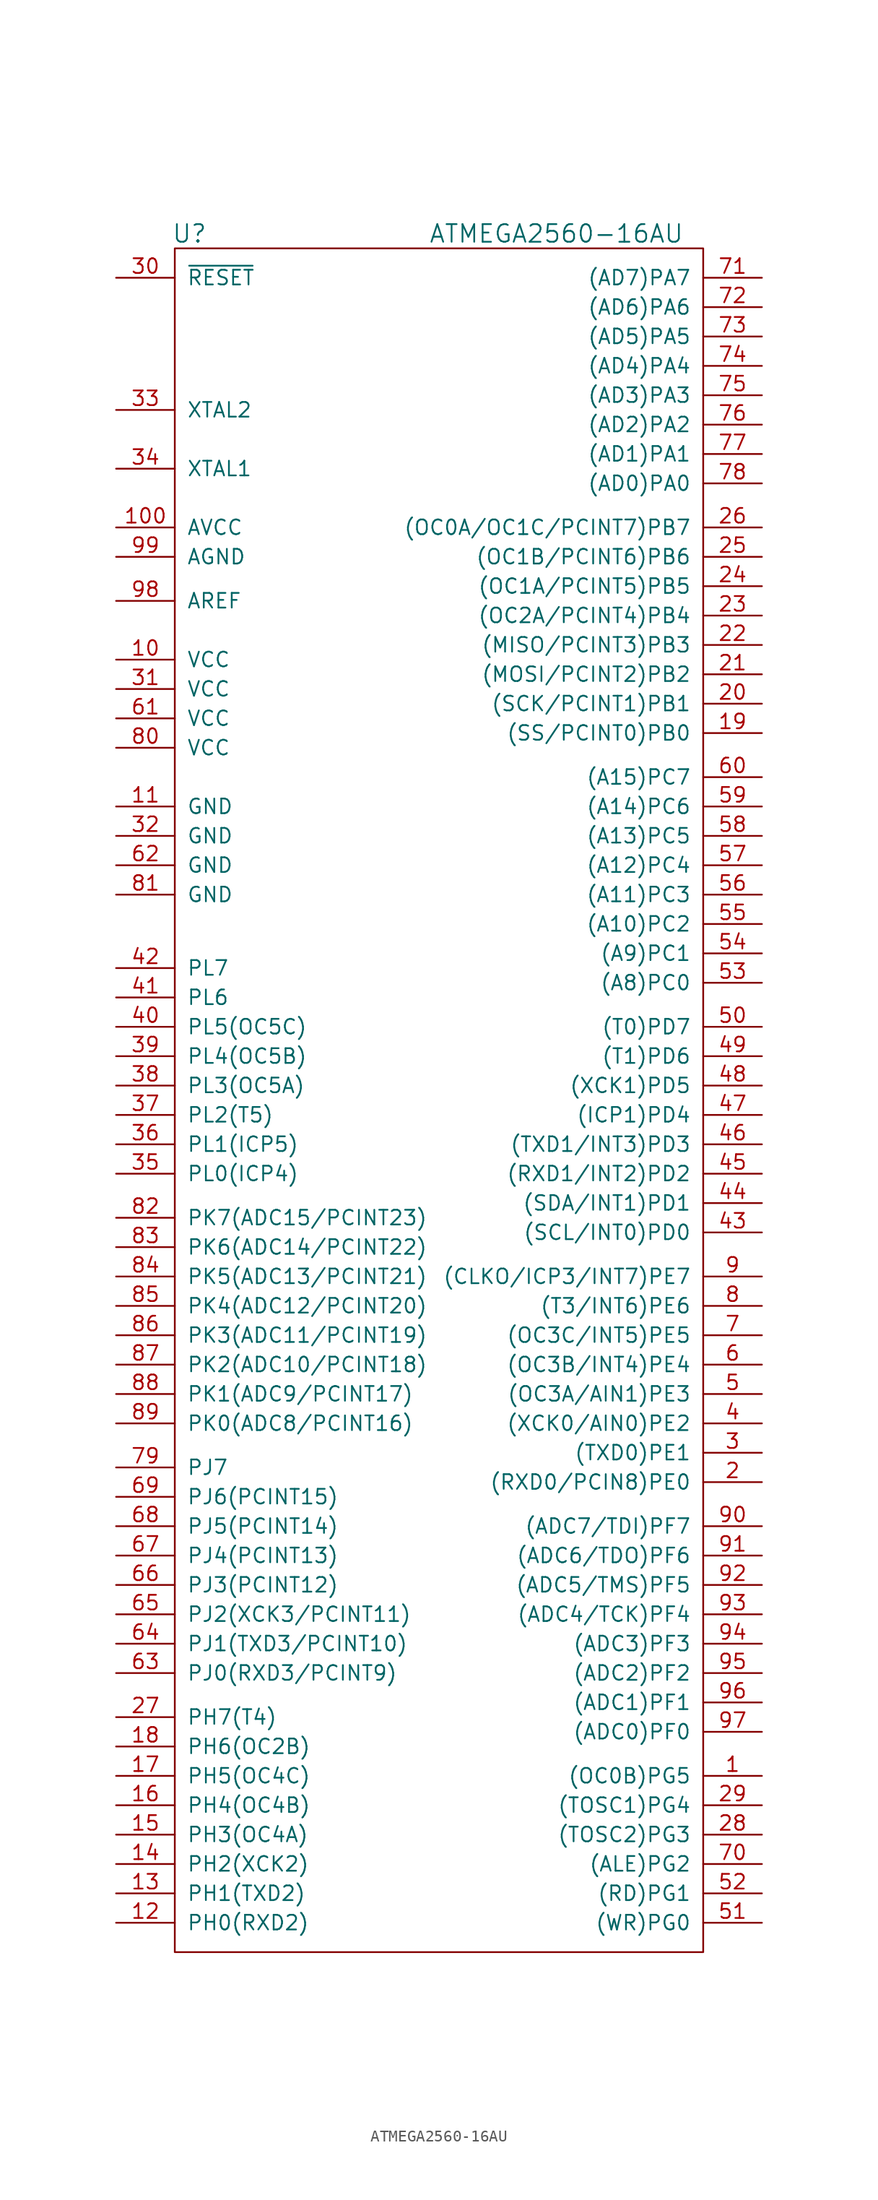
<source format=kicad_sym>
(kicad_symbol_lib
  (version 20220914)
  (generator kicad_symbol_editor)
  (symbol "ATMEGA2560-16AU"
    (pin_names
      (offset 1.016))
    (property "Reference" "U"
      (at -21.59 74.93 0)
      (effects (font (size 1.524 1.524))))
    (property "Value" "ATMEGA2560-16AU"
      (at 10.16 74.93 0)
      (effects (font (size 1.524 1.524))))
    (symbol "ATMEGA2560-16AU_0_1"
      (rectangle (start 22.86 73.66) (end -22.86 -73.66) (stroke (width 0) (type default)) (fill (type none))))
    (symbol "ATMEGA2560-16AU_1_1"
      (pin bidirectional line (at 27.94 -58.42 180) (length 5.08) (name "(OC0B)PG5" (effects (font (size 1.27 1.27)))) (number "1" (effects (font (size 1.27 1.27)))))
      (pin bidirectional line (at -27.94 38.1 0) (length 5.08) (name "VCC" (effects (font (size 1.27 1.27)))) (number "10" (effects (font (size 1.27 1.27)))))
      (pin bidirectional line (at -27.94 49.53 0) (length 5.08) (name "AVCC" (effects (font (size 1.27 1.27)))) (number "100" (effects (font (size 1.27 1.27)))))
      (pin bidirectional line (at -27.94 25.4 0) (length 5.08) (name "GND" (effects (font (size 1.27 1.27)))) (number "11" (effects (font (size 1.27 1.27)))))
      (pin bidirectional line (at -27.94 -71.12 0) (length 5.08) (name "PH0(RXD2)" (effects (font (size 1.27 1.27)))) (number "12" (effects (font (size 1.27 1.27)))))
      (pin bidirectional line (at -27.94 -68.58 0) (length 5.08) (name "PH1(TXD2)" (effects (font (size 1.27 1.27)))) (number "13" (effects (font (size 1.27 1.27)))))
      (pin bidirectional line (at -27.94 -66.04 0) (length 5.08) (name "PH2(XCK2)" (effects (font (size 1.27 1.27)))) (number "14" (effects (font (size 1.27 1.27)))))
      (pin bidirectional line (at -27.94 -63.5 0) (length 5.08) (name "PH3(OC4A)" (effects (font (size 1.27 1.27)))) (number "15" (effects (font (size 1.27 1.27)))))
      (pin bidirectional line (at -27.94 -60.96 0) (length 5.08) (name "PH4(OC4B)" (effects (font (size 1.27 1.27)))) (number "16" (effects (font (size 1.27 1.27)))))
      (pin bidirectional line (at -27.94 -58.42 0) (length 5.08) (name "PH5(OC4C)" (effects (font (size 1.27 1.27)))) (number "17" (effects (font (size 1.27 1.27)))))
      (pin bidirectional line (at -27.94 -55.88 0) (length 5.08) (name "PH6(OC2B)" (effects (font (size 1.27 1.27)))) (number "18" (effects (font (size 1.27 1.27)))))
      (pin bidirectional line (at 27.94 31.75 180) (length 5.08) (name "(SS/PCINT0)PB0" (effects (font (size 1.27 1.27)))) (number "19" (effects (font (size 1.27 1.27)))))
      (pin bidirectional line (at 27.94 -33.02 180) (length 5.08) (name "(RXD0/PCIN8)PE0" (effects (font (size 1.27 1.27)))) (number "2" (effects (font (size 1.27 1.27)))))
      (pin bidirectional line (at 27.94 34.29 180) (length 5.08) (name "(SCK/PCINT1)PB1" (effects (font (size 1.27 1.27)))) (number "20" (effects (font (size 1.27 1.27)))))
      (pin bidirectional line (at 27.94 36.83 180) (length 5.08) (name "(MOSI/PCINT2)PB2" (effects (font (size 1.27 1.27)))) (number "21" (effects (font (size 1.27 1.27)))))
      (pin bidirectional line (at 27.94 39.37 180) (length 5.08) (name "(MISO/PCINT3)PB3" (effects (font (size 1.27 1.27)))) (number "22" (effects (font (size 1.27 1.27)))))
      (pin bidirectional line (at 27.94 41.91 180) (length 5.08) (name "(OC2A/PCINT4)PB4" (effects (font (size 1.27 1.27)))) (number "23" (effects (font (size 1.27 1.27)))))
      (pin bidirectional line (at 27.94 44.45 180) (length 5.08) (name "(OC1A/PCINT5)PB5" (effects (font (size 1.27 1.27)))) (number "24" (effects (font (size 1.27 1.27)))))
      (pin bidirectional line (at 27.94 46.99 180) (length 5.08) (name "(OC1B/PCINT6)PB6" (effects (font (size 1.27 1.27)))) (number "25" (effects (font (size 1.27 1.27)))))
      (pin bidirectional line (at 27.94 49.53 180) (length 5.08) (name "(OC0A/OC1C/PCINT7)PB7" (effects (font (size 1.27 1.27)))) (number "26" (effects (font (size 1.27 1.27)))))
      (pin bidirectional line (at -27.94 -53.34 0) (length 5.08) (name "PH7(T4)" (effects (font (size 1.27 1.27)))) (number "27" (effects (font (size 1.27 1.27)))))
      (pin bidirectional line (at 27.94 -63.5 180) (length 5.08) (name "(TOSC2)PG3" (effects (font (size 1.27 1.27)))) (number "28" (effects (font (size 1.27 1.27)))))
      (pin bidirectional line (at 27.94 -60.96 180) (length 5.08) (name "(TOSC1)PG4" (effects (font (size 1.27 1.27)))) (number "29" (effects (font (size 1.27 1.27)))))
      (pin bidirectional line (at 27.94 -30.48 180) (length 5.08) (name "(TXD0)PE1" (effects (font (size 1.27 1.27)))) (number "3" (effects (font (size 1.27 1.27)))))
      (pin bidirectional line (at -27.94 71.12 0) (length 5.08) (name "~{RESET}" (effects (font (size 1.27 1.27)))) (number "30" (effects (font (size 1.27 1.27)))))
      (pin bidirectional line (at -27.94 35.56 0) (length 5.08) (name "VCC" (effects (font (size 1.27 1.27)))) (number "31" (effects (font (size 1.27 1.27)))))
      (pin bidirectional line (at -27.94 22.86 0) (length 5.08) (name "GND" (effects (font (size 1.27 1.27)))) (number "32" (effects (font (size 1.27 1.27)))))
      (pin bidirectional line (at -27.94 59.69 0) (length 5.08) (name "XTAL2" (effects (font (size 1.27 1.27)))) (number "33" (effects (font (size 1.27 1.27)))))
      (pin bidirectional line (at -27.94 54.61 0) (length 5.08) (name "XTAL1" (effects (font (size 1.27 1.27)))) (number "34" (effects (font (size 1.27 1.27)))))
      (pin bidirectional line (at -27.94 -6.35 0) (length 5.08) (name "PL0(ICP4)" (effects (font (size 1.27 1.27)))) (number "35" (effects (font (size 1.27 1.27)))))
      (pin bidirectional line (at -27.94 -3.81 0) (length 5.08) (name "PL1(ICP5)" (effects (font (size 1.27 1.27)))) (number "36" (effects (font (size 1.27 1.27)))))
      (pin bidirectional line (at -27.94 -1.27 0) (length 5.08) (name "PL2(T5)" (effects (font (size 1.27 1.27)))) (number "37" (effects (font (size 1.27 1.27)))))
      (pin bidirectional line (at -27.94 1.27 0) (length 5.08) (name "PL3(OC5A)" (effects (font (size 1.27 1.27)))) (number "38" (effects (font (size 1.27 1.27)))))
      (pin bidirectional line (at -27.94 3.81 0) (length 5.08) (name "PL4(OC5B)" (effects (font (size 1.27 1.27)))) (number "39" (effects (font (size 1.27 1.27)))))
      (pin bidirectional line (at 27.94 -27.94 180) (length 5.08) (name "(XCK0/AIN0)PE2" (effects (font (size 1.27 1.27)))) (number "4" (effects (font (size 1.27 1.27)))))
      (pin bidirectional line (at -27.94 6.35 0) (length 5.08) (name "PL5(OC5C)" (effects (font (size 1.27 1.27)))) (number "40" (effects (font (size 1.27 1.27)))))
      (pin bidirectional line (at -27.94 8.89 0) (length 5.08) (name "PL6" (effects (font (size 1.27 1.27)))) (number "41" (effects (font (size 1.27 1.27)))))
      (pin bidirectional line (at -27.94 11.43 0) (length 5.08) (name "PL7" (effects (font (size 1.27 1.27)))) (number "42" (effects (font (size 1.27 1.27)))))
      (pin bidirectional line (at 27.94 -11.43 180) (length 5.08) (name "(SCL/INT0)PD0" (effects (font (size 1.27 1.27)))) (number "43" (effects (font (size 1.27 1.27)))))
      (pin bidirectional line (at 27.94 -8.89 180) (length 5.08) (name "(SDA/INT1)PD1" (effects (font (size 1.27 1.27)))) (number "44" (effects (font (size 1.27 1.27)))))
      (pin bidirectional line (at 27.94 -6.35 180) (length 5.08) (name "(RXD1/INT2)PD2" (effects (font (size 1.27 1.27)))) (number "45" (effects (font (size 1.27 1.27)))))
      (pin bidirectional line (at 27.94 -3.81 180) (length 5.08) (name "(TXD1/INT3)PD3" (effects (font (size 1.27 1.27)))) (number "46" (effects (font (size 1.27 1.27)))))
      (pin bidirectional line (at 27.94 -1.27 180) (length 5.08) (name "(ICP1)PD4" (effects (font (size 1.27 1.27)))) (number "47" (effects (font (size 1.27 1.27)))))
      (pin bidirectional line (at 27.94 1.27 180) (length 5.08) (name "(XCK1)PD5" (effects (font (size 1.27 1.27)))) (number "48" (effects (font (size 1.27 1.27)))))
      (pin bidirectional line (at 27.94 3.81 180) (length 5.08) (name "(T1)PD6" (effects (font (size 1.27 1.27)))) (number "49" (effects (font (size 1.27 1.27)))))
      (pin bidirectional line (at 27.94 -25.4 180) (length 5.08) (name "(OC3A/AIN1)PE3" (effects (font (size 1.27 1.27)))) (number "5" (effects (font (size 1.27 1.27)))))
      (pin bidirectional line (at 27.94 6.35 180) (length 5.08) (name "(T0)PD7" (effects (font (size 1.27 1.27)))) (number "50" (effects (font (size 1.27 1.27)))))
      (pin bidirectional line (at 27.94 -71.12 180) (length 5.08) (name "(WR)PG0" (effects (font (size 1.27 1.27)))) (number "51" (effects (font (size 1.27 1.27)))))
      (pin bidirectional line (at 27.94 -68.58 180) (length 5.08) (name "(RD)PG1" (effects (font (size 1.27 1.27)))) (number "52" (effects (font (size 1.27 1.27)))))
      (pin bidirectional line (at 27.94 10.16 180) (length 5.08) (name "(A8)PC0" (effects (font (size 1.27 1.27)))) (number "53" (effects (font (size 1.27 1.27)))))
      (pin bidirectional line (at 27.94 12.7 180) (length 5.08) (name "(A9)PC1" (effects (font (size 1.27 1.27)))) (number "54" (effects (font (size 1.27 1.27)))))
      (pin bidirectional line (at 27.94 15.24 180) (length 5.08) (name "(A10)PC2" (effects (font (size 1.27 1.27)))) (number "55" (effects (font (size 1.27 1.27)))))
      (pin bidirectional line (at 27.94 17.78 180) (length 5.08) (name "(A11)PC3" (effects (font (size 1.27 1.27)))) (number "56" (effects (font (size 1.27 1.27)))))
      (pin bidirectional line (at 27.94 20.32 180) (length 5.08) (name "(A12)PC4" (effects (font (size 1.27 1.27)))) (number "57" (effects (font (size 1.27 1.27)))))
      (pin bidirectional line (at 27.94 22.86 180) (length 5.08) (name "(A13)PC5" (effects (font (size 1.27 1.27)))) (number "58" (effects (font (size 1.27 1.27)))))
      (pin bidirectional line (at 27.94 25.4 180) (length 5.08) (name "(A14)PC6" (effects (font (size 1.27 1.27)))) (number "59" (effects (font (size 1.27 1.27)))))
      (pin bidirectional line (at 27.94 -22.86 180) (length 5.08) (name "(OC3B/INT4)PE4" (effects (font (size 1.27 1.27)))) (number "6" (effects (font (size 1.27 1.27)))))
      (pin bidirectional line (at 27.94 27.94 180) (length 5.08) (name "(A15)PC7" (effects (font (size 1.27 1.27)))) (number "60" (effects (font (size 1.27 1.27)))))
      (pin bidirectional line (at -27.94 33.02 0) (length 5.08) (name "VCC" (effects (font (size 1.27 1.27)))) (number "61" (effects (font (size 1.27 1.27)))))
      (pin bidirectional line (at -27.94 20.32 0) (length 5.08) (name "GND" (effects (font (size 1.27 1.27)))) (number "62" (effects (font (size 1.27 1.27)))))
      (pin bidirectional line (at -27.94 -49.53 0) (length 5.08) (name "PJ0(RXD3/PCINT9)" (effects (font (size 1.27 1.27)))) (number "63" (effects (font (size 1.27 1.27)))))
      (pin bidirectional line (at -27.94 -46.99 0) (length 5.08) (name "PJ1(TXD3/PCINT10)" (effects (font (size 1.27 1.27)))) (number "64" (effects (font (size 1.27 1.27)))))
      (pin bidirectional line (at -27.94 -44.45 0) (length 5.08) (name "PJ2(XCK3/PCINT11)" (effects (font (size 1.27 1.27)))) (number "65" (effects (font (size 1.27 1.27)))))
      (pin bidirectional line (at -27.94 -41.91 0) (length 5.08) (name "PJ3(PCINT12)" (effects (font (size 1.27 1.27)))) (number "66" (effects (font (size 1.27 1.27)))))
      (pin bidirectional line (at -27.94 -39.37 0) (length 5.08) (name "PJ4(PCINT13)" (effects (font (size 1.27 1.27)))) (number "67" (effects (font (size 1.27 1.27)))))
      (pin bidirectional line (at -27.94 -36.83 0) (length 5.08) (name "PJ5(PCINT14)" (effects (font (size 1.27 1.27)))) (number "68" (effects (font (size 1.27 1.27)))))
      (pin bidirectional line (at -27.94 -34.29 0) (length 5.08) (name "PJ6(PCINT15)" (effects (font (size 1.27 1.27)))) (number "69" (effects (font (size 1.27 1.27)))))
      (pin bidirectional line (at 27.94 -20.32 180) (length 5.08) (name "(OC3C/INT5)PE5" (effects (font (size 1.27 1.27)))) (number "7" (effects (font (size 1.27 1.27)))))
      (pin bidirectional line (at 27.94 -66.04 180) (length 5.08) (name "(ALE)PG2" (effects (font (size 1.27 1.27)))) (number "70" (effects (font (size 1.27 1.27)))))
      (pin bidirectional line (at 27.94 71.12 180) (length 5.08) (name "(AD7)PA7" (effects (font (size 1.27 1.27)))) (number "71" (effects (font (size 1.27 1.27)))))
      (pin bidirectional line (at 27.94 68.58 180) (length 5.08) (name "(AD6)PA6" (effects (font (size 1.27 1.27)))) (number "72" (effects (font (size 1.27 1.27)))))
      (pin bidirectional line (at 27.94 66.04 180) (length 5.08) (name "(AD5)PA5" (effects (font (size 1.27 1.27)))) (number "73" (effects (font (size 1.27 1.27)))))
      (pin bidirectional line (at 27.94 63.5 180) (length 5.08) (name "(AD4)PA4" (effects (font (size 1.27 1.27)))) (number "74" (effects (font (size 1.27 1.27)))))
      (pin bidirectional line (at 27.94 60.96 180) (length 5.08) (name "(AD3)PA3" (effects (font (size 1.27 1.27)))) (number "75" (effects (font (size 1.27 1.27)))))
      (pin bidirectional line (at 27.94 58.42 180) (length 5.08) (name "(AD2)PA2" (effects (font (size 1.27 1.27)))) (number "76" (effects (font (size 1.27 1.27)))))
      (pin bidirectional line (at 27.94 55.88 180) (length 5.08) (name "(AD1)PA1" (effects (font (size 1.27 1.27)))) (number "77" (effects (font (size 1.27 1.27)))))
      (pin bidirectional line (at 27.94 53.34 180) (length 5.08) (name "(AD0)PA0" (effects (font (size 1.27 1.27)))) (number "78" (effects (font (size 1.27 1.27)))))
      (pin bidirectional line (at -27.94 -31.75 0) (length 5.08) (name "PJ7" (effects (font (size 1.27 1.27)))) (number "79" (effects (font (size 1.27 1.27)))))
      (pin bidirectional line (at 27.94 -17.78 180) (length 5.08) (name "(T3/INT6)PE6" (effects (font (size 1.27 1.27)))) (number "8" (effects (font (size 1.27 1.27)))))
      (pin bidirectional line (at -27.94 30.48 0) (length 5.08) (name "VCC" (effects (font (size 1.27 1.27)))) (number "80" (effects (font (size 1.27 1.27)))))
      (pin bidirectional line (at -27.94 17.78 0) (length 5.08) (name "GND" (effects (font (size 1.27 1.27)))) (number "81" (effects (font (size 1.27 1.27)))))
      (pin bidirectional line (at -27.94 -10.16 0) (length 5.08) (name "PK7(ADC15/PCINT23)" (effects (font (size 1.27 1.27)))) (number "82" (effects (font (size 1.27 1.27)))))
      (pin bidirectional line (at -27.94 -12.7 0) (length 5.08) (name "PK6(ADC14/PCINT22)" (effects (font (size 1.27 1.27)))) (number "83" (effects (font (size 1.27 1.27)))))
      (pin bidirectional line (at -27.94 -15.24 0) (length 5.08) (name "PK5(ADC13/PCINT21)" (effects (font (size 1.27 1.27)))) (number "84" (effects (font (size 1.27 1.27)))))
      (pin bidirectional line (at -27.94 -17.78 0) (length 5.08) (name "PK4(ADC12/PCINT20)" (effects (font (size 1.27 1.27)))) (number "85" (effects (font (size 1.27 1.27)))))
      (pin bidirectional line (at -27.94 -20.32 0) (length 5.08) (name "PK3(ADC11/PCINT19)" (effects (font (size 1.27 1.27)))) (number "86" (effects (font (size 1.27 1.27)))))
      (pin bidirectional line (at -27.94 -22.86 0) (length 5.08) (name "PK2(ADC10/PCINT18)" (effects (font (size 1.27 1.27)))) (number "87" (effects (font (size 1.27 1.27)))))
      (pin bidirectional line (at -27.94 -25.4 0) (length 5.08) (name "PK1(ADC9/PCINT17)" (effects (font (size 1.27 1.27)))) (number "88" (effects (font (size 1.27 1.27)))))
      (pin bidirectional line (at -27.94 -27.94 0) (length 5.08) (name "PK0(ADC8/PCINT16)" (effects (font (size 1.27 1.27)))) (number "89" (effects (font (size 1.27 1.27)))))
      (pin bidirectional line (at 27.94 -15.24 180) (length 5.08) (name "(CLKO/ICP3/INT7)PE7" (effects (font (size 1.27 1.27)))) (number "9" (effects (font (size 1.27 1.27)))))
      (pin bidirectional line (at 27.94 -36.83 180) (length 5.08) (name "(ADC7/TDI)PF7" (effects (font (size 1.27 1.27)))) (number "90" (effects (font (size 1.27 1.27)))))
      (pin bidirectional line (at 27.94 -39.37 180) (length 5.08) (name "(ADC6/TDO)PF6" (effects (font (size 1.27 1.27)))) (number "91" (effects (font (size 1.27 1.27)))))
      (pin bidirectional line (at 27.94 -41.91 180) (length 5.08) (name "(ADC5/TMS)PF5" (effects (font (size 1.27 1.27)))) (number "92" (effects (font (size 1.27 1.27)))))
      (pin bidirectional line (at 27.94 -44.45 180) (length 5.08) (name "(ADC4/TCK)PF4" (effects (font (size 1.27 1.27)))) (number "93" (effects (font (size 1.27 1.27)))))
      (pin bidirectional line (at 27.94 -46.99 180) (length 5.08) (name "(ADC3)PF3" (effects (font (size 1.27 1.27)))) (number "94" (effects (font (size 1.27 1.27)))))
      (pin bidirectional line (at 27.94 -49.53 180) (length 5.08) (name "(ADC2)PF2" (effects (font (size 1.27 1.27)))) (number "95" (effects (font (size 1.27 1.27)))))
      (pin bidirectional line (at 27.94 -52.07 180) (length 5.08) (name "(ADC1)PF1" (effects (font (size 1.27 1.27)))) (number "96" (effects (font (size 1.27 1.27)))))
      (pin bidirectional line (at 27.94 -54.61 180) (length 5.08) (name "(ADC0)PF0" (effects (font (size 1.27 1.27)))) (number "97" (effects (font (size 1.27 1.27)))))
      (pin bidirectional line (at -27.94 43.18 0) (length 5.08) (name "AREF" (effects (font (size 1.27 1.27)))) (number "98" (effects (font (size 1.27 1.27)))))
      (pin bidirectional line (at -27.94 46.99 0) (length 5.08) (name "AGND" (effects (font (size 1.27 1.27)))) (number "99" (effects (font (size 1.27 1.27))))))))
</source>
